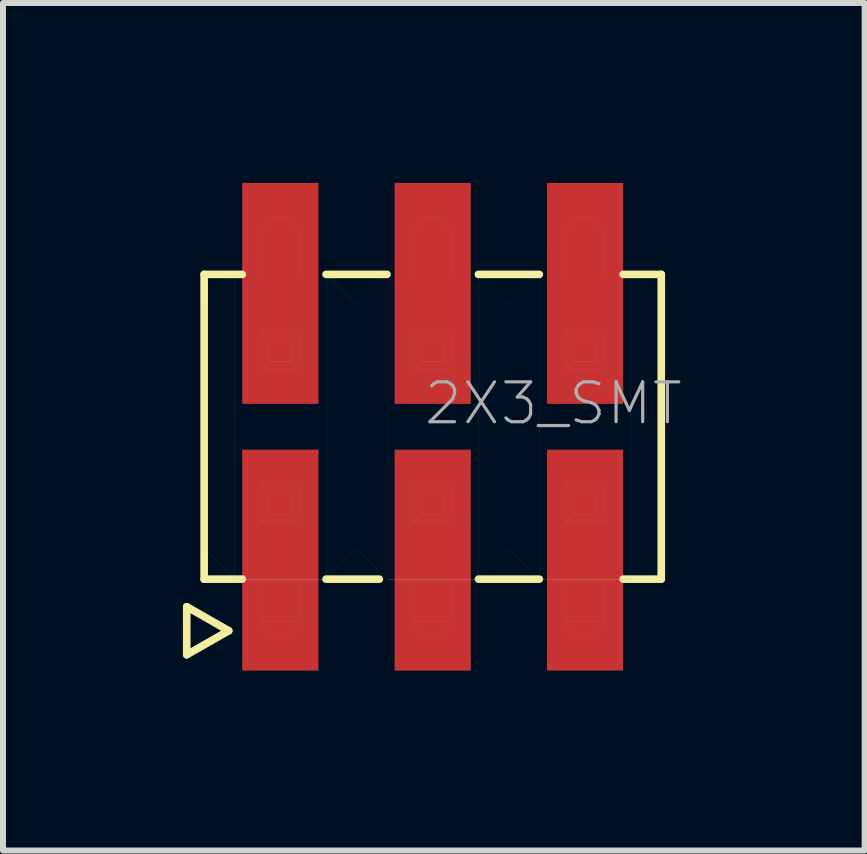
<source format=kicad_pcb>
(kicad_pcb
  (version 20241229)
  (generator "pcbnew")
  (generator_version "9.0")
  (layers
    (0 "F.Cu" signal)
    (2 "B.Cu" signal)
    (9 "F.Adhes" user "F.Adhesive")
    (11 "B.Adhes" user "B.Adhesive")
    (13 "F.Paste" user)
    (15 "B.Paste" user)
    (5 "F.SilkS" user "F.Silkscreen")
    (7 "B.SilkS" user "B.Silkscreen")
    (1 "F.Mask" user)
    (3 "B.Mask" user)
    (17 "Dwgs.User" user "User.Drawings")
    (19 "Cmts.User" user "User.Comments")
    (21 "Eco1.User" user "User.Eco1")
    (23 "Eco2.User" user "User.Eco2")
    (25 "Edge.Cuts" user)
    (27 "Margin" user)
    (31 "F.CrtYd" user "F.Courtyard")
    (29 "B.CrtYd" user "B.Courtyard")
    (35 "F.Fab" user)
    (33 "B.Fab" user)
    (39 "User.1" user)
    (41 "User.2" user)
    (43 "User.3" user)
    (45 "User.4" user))
  (footprint "2X3_SMT"
    (layer "F.Cu")
    (at 4.163 4.064)
    (property "Reference" "2X3_SMT" (at 4.2 0 180) (layer "F.Fab") (effects (font (size 0.665 0.665) (thickness 0.053)) (justify right bottom)))
    (attr through_hole)
    (fp_line (start -4.1 3) (end -4.1 3.8) (stroke (width 0.127) (type solid)) (layer "F.SilkS"))
    (fp_line (start -4.1 3.8) (end -3.4 3.4) (stroke (width 0.127) (type solid)) (layer "F.SilkS"))
    (fp_line (start -3.81 -2.54) (end -3.81 2.54) (stroke (width 0.127) (type solid)) (layer "F.SilkS"))
    (fp_line (start -3.81 2.54) (end -3.175 2.54) (stroke (width 0.127) (type solid)) (layer "F.SilkS"))
    (fp_line (start -3.4 3.4) (end -4.1 3) (stroke (width 0.127) (type solid)) (layer "F.SilkS"))
    (fp_line (start -3.175 -2.54) (end -3.81 -2.54) (stroke (width 0.127) (type solid)) (layer "F.SilkS"))
    (fp_line (start -1.778 -2.54) (end -0.762 -2.54) (stroke (width 0.127) (type solid)) (layer "F.SilkS"))
    (fp_line (start -1.778 2.54) (end -0.889 2.54) (stroke (width 0.127) (type solid)) (layer "F.SilkS"))
    (fp_line (start 0.762 -2.54) (end 1.778 -2.54) (stroke (width 0.127) (type solid)) (layer "F.SilkS"))
    (fp_line (start 0.762 2.54) (end 1.778 2.54) (stroke (width 0.127) (type solid)) (layer "F.SilkS"))
    (fp_line (start 3.175 -2.54) (end 3.81 -2.54) (stroke (width 0.127) (type solid)) (layer "F.SilkS"))
    (fp_line (start 3.81 -2.54) (end 3.81 2.54) (stroke (width 0.127) (type solid)) (layer "F.SilkS"))
    (fp_line (start 3.81 2.54) (end 3.175 2.54) (stroke (width 0.127) (type solid)) (layer "F.SilkS"))
    (fp_line (start -3.809 -2.033) (end -3.301 -2.541) (stroke (width 0.001) (type solid)) (layer "F.Fab"))
    (fp_line (start -3.809 2.031) (end -3.809 -2.033) (stroke (width 0.001) (type solid)) (layer "F.Fab"))
    (fp_line (start -3.301 -2.541) (end -1.777 -2.541) (stroke (width 0.001) (type solid)) (layer "F.Fab"))
    (fp_line (start -3.301 -2.541) (end -1.777 -2.541) (stroke (width 0.001) (type solid)) (layer "F.Fab"))
    (fp_line (start -3.301 2.539) (end -3.809 2.031) (stroke (width 0.001) (type solid)) (layer "F.Fab"))
    (fp_line (start -3.301 2.539) (end -3.301 -2.541) (stroke (width 0.001) (type solid)) (layer "F.Fab"))
    (fp_line (start -3.301 2.539) (end -1.777 2.539) (stroke (width 0.001) (type solid)) (layer "F.Fab"))
    (fp_line (start -3.301 2.539) (end -1.777 2.539) (stroke (width 0.001) (type solid)) (layer "F.Fab"))
    (fp_line (start -2.857 -3.24) (end -2.857 -2.541) (stroke (width 0.001) (type solid)) (layer "F.Fab"))
    (fp_line (start -2.857 -3.24) (end -2.73 -3.493) (stroke (width 0.001) (type solid)) (layer "F.Fab"))
    (fp_line (start -2.857 -3.24) (end -2.221 -3.24) (stroke (width 0.001) (type solid)) (layer "F.Fab"))
    (fp_line (start -2.857 -0.953) (end -2.857 -1.589) (stroke (width 0.001) (type solid)) (layer "F.Fab"))
    (fp_line (start -2.857 -0.953) (end -2.73 -1.081) (stroke (width 0.001) (type solid)) (layer "F.Fab"))
    (fp_line (start -2.857 0.951) (end -2.857 1.587) (stroke (width 0.001) (type solid)) (layer "F.Fab"))
    (fp_line (start -2.857 0.951) (end -2.73 1.079) (stroke (width 0.001) (type solid)) (layer "F.Fab"))
    (fp_line (start -2.857 1.587) (end -2.73 1.46) (stroke (width 0.001) (type solid)) (layer "F.Fab"))
    (fp_line (start -2.857 1.587) (end -2.73 1.46) (stroke (width 0.001) (type solid)) (layer "F.Fab"))
    (fp_line (start -2.857 2.539) (end -2.857 3.238) (stroke (width 0.001) (type solid)) (layer "F.Fab"))
    (fp_line (start -2.857 3.238) (end -2.221 3.238) (stroke (width 0.001) (type solid)) (layer "F.Fab"))
    (fp_line (start -2.73 -3.493) (end -2.349 -3.493) (stroke (width 0.001) (type solid)) (layer "F.Fab"))
    (fp_line (start -2.73 -1.462) (end -2.857 -1.589) (stroke (width 0.001) (type solid)) (layer "F.Fab"))
    (fp_line (start -2.73 -1.462) (end -2.349 -1.462) (stroke (width 0.001) (type solid)) (layer "F.Fab"))
    (fp_line (start -2.73 -1.081) (end -2.73 -1.462) (stroke (width 0.001) (type solid)) (layer "F.Fab"))
    (fp_line (start -2.73 -1.081) (end -2.349 -1.081) (stroke (width 0.001) (type solid)) (layer "F.Fab"))
    (fp_line (start -2.73 -1.081) (end -2.349 -1.081) (stroke (width 0.001) (type solid)) (layer "F.Fab"))
    (fp_line (start -2.73 1.079) (end -2.349 1.079) (stroke (width 0.001) (type solid)) (layer "F.Fab"))
    (fp_line (start -2.73 1.46) (end -2.73 1.079) (stroke (width 0.001) (type solid)) (layer "F.Fab"))
    (fp_line (start -2.73 1.46) (end -2.349 1.46) (stroke (width 0.001) (type solid)) (layer "F.Fab"))
    (fp_line (start -2.73 3.491) (end -2.857 3.238) (stroke (width 0.001) (type solid)) (layer "F.Fab"))
    (fp_line (start -2.73 3.491) (end -2.349 3.491) (stroke (width 0.001) (type solid)) (layer "F.Fab"))
    (fp_line (start -2.349 -1.462) (end -2.349 -1.081) (stroke (width 0.001) (type solid)) (layer "F.Fab"))
    (fp_line (start -2.349 -1.081) (end -2.221 -0.953) (stroke (width 0.001) (type solid)) (layer "F.Fab"))
    (fp_line (start -2.349 1.079) (end -2.349 1.46) (stroke (width 0.001) (type solid)) (layer "F.Fab"))
    (fp_line (start -2.221 -3.24) (end -2.349 -3.493) (stroke (width 0.001) (type solid)) (layer "F.Fab"))
    (fp_line (start -2.221 -2.541) (end -2.221 -3.24) (stroke (width 0.001) (type solid)) (layer "F.Fab"))
    (fp_line (start -2.221 -1.589) (end -2.857 -1.589) (stroke (width 0.001) (type solid)) (layer "F.Fab"))
    (fp_line (start -2.221 -1.589) (end -2.349 -1.462) (stroke (width 0.001) (type solid)) (layer "F.Fab"))
    (fp_line (start -2.221 -0.953) (end -2.857 -0.953) (stroke (width 0.001) (type solid)) (layer "F.Fab"))
    (fp_line (start -2.221 -0.953) (end -2.221 -1.589) (stroke (width 0.001) (type solid)) (layer "F.Fab"))
    (fp_line (start -2.221 0.951) (end -2.857 0.951) (stroke (width 0.001) (type solid)) (layer "F.Fab"))
    (fp_line (start -2.221 0.951) (end -2.349 1.079) (stroke (width 0.001) (type solid)) (layer "F.Fab"))
    (fp_line (start -2.221 0.951) (end -2.221 1.587) (stroke (width 0.001) (type solid)) (layer "F.Fab"))
    (fp_line (start -2.221 1.587) (end -2.857 1.587) (stroke (width 0.001) (type solid)) (layer "F.Fab"))
    (fp_line (start -2.221 1.587) (end -2.349 1.46) (stroke (width 0.001) (type solid)) (layer "F.Fab"))
    (fp_line (start -2.221 3.238) (end -2.349 3.491) (stroke (width 0.001) (type solid)) (layer "F.Fab"))
    (fp_line (start -2.221 3.238) (end -2.221 2.539) (stroke (width 0.001) (type solid)) (layer "F.Fab"))
    (fp_line (start -1.777 -2.541) (end -3.301 -2.541) (stroke (width 0.001) (type solid)) (layer "F.Fab"))
    (fp_line (start -1.777 -2.541) (end -3.301 -2.541) (stroke (width 0.001) (type solid)) (layer "F.Fab"))
    (fp_line (start -1.777 -2.541) (end -1.269 -2.033) (stroke (width 0.001) (type solid)) (layer "F.Fab"))
    (fp_line (start -1.777 2.539) (end -3.301 2.539) (stroke (width 0.001) (type solid)) (layer "F.Fab"))
    (fp_line (start -1.777 2.539) (end -3.301 2.539) (stroke (width 0.001) (type solid)) (layer "F.Fab"))
    (fp_line (start -1.777 2.539) (end -1.777 -2.541) (stroke (width 0.001) (type solid)) (layer "F.Fab"))
    (fp_line (start -1.269 -2.033) (end -0.761 -2.541) (stroke (width 0.001) (type solid)) (layer "F.Fab"))
    (fp_line (start -1.269 2.031) (end -1.777 2.539) (stroke (width 0.001) (type solid)) (layer "F.Fab"))
    (fp_line (start -0.761 -2.541) (end 0.763 -2.541) (stroke (width 0.001) (type solid)) (layer "F.Fab"))
    (fp_line (start -0.761 -2.541) (end 0.763 -2.541) (stroke (width 0.001) (type solid)) (layer "F.Fab"))
    (fp_line (start -0.761 2.539) (end -1.269 2.031) (stroke (width 0.001) (type solid)) (layer "F.Fab"))
    (fp_line (start -0.761 2.539) (end -0.761 -2.541) (stroke (width 0.001) (type solid)) (layer "F.Fab"))
    (fp_line (start -0.761 2.539) (end 0.763 2.539) (stroke (width 0.001) (type solid)) (layer "F.Fab"))
    (fp_line (start -0.761 2.539) (end 0.763 2.539) (stroke (width 0.001) (type solid)) (layer "F.Fab"))
    (fp_line (start -0.317 -3.24) (end -0.317 -2.541) (stroke (width 0.001) (type solid)) (layer "F.Fab"))
    (fp_line (start -0.317 -3.24) (end -0.19 -3.493) (stroke (width 0.001) (type solid)) (layer "F.Fab"))
    (fp_line (start -0.317 -3.24) (end 0.319 -3.24) (stroke (width 0.001) (type solid)) (layer "F.Fab"))
    (fp_line (start -0.317 -0.953) (end -0.317 -1.589) (stroke (width 0.001) (type solid)) (layer "F.Fab"))
    (fp_line (start -0.317 -0.953) (end -0.19 -1.081) (stroke (width 0.001) (type solid)) (layer "F.Fab"))
    (fp_line (start -0.317 0.951) (end -0.317 1.587) (stroke (width 0.001) (type solid)) (layer "F.Fab"))
    (fp_line (start -0.317 0.951) (end -0.19 1.079) (stroke (width 0.001) (type solid)) (layer "F.Fab"))
    (fp_line (start -0.317 1.587) (end -0.19 1.46) (stroke (width 0.001) (type solid)) (layer "F.Fab"))
    (fp_line (start -0.317 1.587) (end -0.19 1.46) (stroke (width 0.001) (type solid)) (layer "F.Fab"))
    (fp_line (start -0.317 2.539) (end -0.317 3.238) (stroke (width 0.001) (type solid)) (layer "F.Fab"))
    (fp_line (start -0.317 3.238) (end 0.319 3.238) (stroke (width 0.001) (type solid)) (layer "F.Fab"))
    (fp_line (start -0.19 -3.493) (end 0.191 -3.493) (stroke (width 0.001) (type solid)) (layer "F.Fab"))
    (fp_line (start -0.19 -1.462) (end -0.317 -1.589) (stroke (width 0.001) (type solid)) (layer "F.Fab"))
    (fp_line (start -0.19 -1.462) (end 0.191 -1.462) (stroke (width 0.001) (type solid)) (layer "F.Fab"))
    (fp_line (start -0.19 -1.081) (end -0.19 -1.462) (stroke (width 0.001) (type solid)) (layer "F.Fab"))
    (fp_line (start -0.19 -1.081) (end 0.191 -1.081) (stroke (width 0.001) (type solid)) (layer "F.Fab"))
    (fp_line (start -0.19 -1.081) (end 0.191 -1.081) (stroke (width 0.001) (type solid)) (layer "F.Fab"))
    (fp_line (start -0.19 1.079) (end 0.191 1.079) (stroke (width 0.001) (type solid)) (layer "F.Fab"))
    (fp_line (start -0.19 1.46) (end -0.19 1.079) (stroke (width 0.001) (type solid)) (layer "F.Fab"))
    (fp_line (start -0.19 1.46) (end 0.191 1.46) (stroke (width 0.001) (type solid)) (layer "F.Fab"))
    (fp_line (start -0.19 3.491) (end -0.317 3.238) (stroke (width 0.001) (type solid)) (layer "F.Fab"))
    (fp_line (start -0.19 3.491) (end 0.191 3.491) (stroke (width 0.001) (type solid)) (layer "F.Fab"))
    (fp_line (start 0.191 -1.462) (end 0.191 -1.081) (stroke (width 0.001) (type solid)) (layer "F.Fab"))
    (fp_line (start 0.191 -1.081) (end 0.319 -0.953) (stroke (width 0.001) (type solid)) (layer "F.Fab"))
    (fp_line (start 0.191 1.079) (end 0.191 1.46) (stroke (width 0.001) (type solid)) (layer "F.Fab"))
    (fp_line (start 0.319 -3.24) (end 0.191 -3.493) (stroke (width 0.001) (type solid)) (layer "F.Fab"))
    (fp_line (start 0.319 -2.541) (end 0.319 -3.24) (stroke (width 0.001) (type solid)) (layer "F.Fab"))
    (fp_line (start 0.319 -1.589) (end -0.317 -1.589) (stroke (width 0.001) (type solid)) (layer "F.Fab"))
    (fp_line (start 0.319 -1.589) (end 0.191 -1.462) (stroke (width 0.001) (type solid)) (layer "F.Fab"))
    (fp_line (start 0.319 -0.953) (end -0.317 -0.953) (stroke (width 0.001) (type solid)) (layer "F.Fab"))
    (fp_line (start 0.319 -0.953) (end 0.319 -1.589) (stroke (width 0.001) (type solid)) (layer "F.Fab"))
    (fp_line (start 0.319 0.951) (end -0.317 0.951) (stroke (width 0.001) (type solid)) (layer "F.Fab"))
    (fp_line (start 0.319 0.951) (end 0.191 1.079) (stroke (width 0.001) (type solid)) (layer "F.Fab"))
    (fp_line (start 0.319 0.951) (end 0.319 1.587) (stroke (width 0.001) (type solid)) (layer "F.Fab"))
    (fp_line (start 0.319 1.587) (end -0.317 1.587) (stroke (width 0.001) (type solid)) (layer "F.Fab"))
    (fp_line (start 0.319 1.587) (end 0.191 1.46) (stroke (width 0.001) (type solid)) (layer "F.Fab"))
    (fp_line (start 0.319 3.238) (end 0.191 3.491) (stroke (width 0.001) (type solid)) (layer "F.Fab"))
    (fp_line (start 0.319 3.238) (end 0.319 2.539) (stroke (width 0.001) (type solid)) (layer "F.Fab"))
    (fp_line (start 0.763 -2.541) (end -0.761 -2.541) (stroke (width 0.001) (type solid)) (layer "F.Fab"))
    (fp_line (start 0.763 -2.541) (end -0.761 -2.541) (stroke (width 0.001) (type solid)) (layer "F.Fab"))
    (fp_line (start 0.763 -2.541) (end 1.271 -2.033) (stroke (width 0.001) (type solid)) (layer "F.Fab"))
    (fp_line (start 0.763 2.539) (end -0.761 2.539) (stroke (width 0.001) (type solid)) (layer "F.Fab"))
    (fp_line (start 0.763 2.539) (end -0.761 2.539) (stroke (width 0.001) (type solid)) (layer "F.Fab"))
    (fp_line (start 0.763 2.539) (end 0.763 -2.541) (stroke (width 0.001) (type solid)) (layer "F.Fab"))
    (fp_line (start 1.271 -2.033) (end 1.779 -2.541) (stroke (width 0.001) (type solid)) (layer "F.Fab"))
    (fp_line (start 1.271 2.031) (end 0.763 2.539) (stroke (width 0.001) (type solid)) (layer "F.Fab"))
    (fp_line (start 1.779 -2.541) (end 3.303 -2.541) (stroke (width 0.001) (type solid)) (layer "F.Fab"))
    (fp_line (start 1.779 -2.541) (end 3.303 -2.541) (stroke (width 0.001) (type solid)) (layer "F.Fab"))
    (fp_line (start 1.779 2.539) (end 1.271 2.031) (stroke (width 0.001) (type solid)) (layer "F.Fab"))
    (fp_line (start 1.779 2.539) (end 1.779 -2.541) (stroke (width 0.001) (type solid)) (layer "F.Fab"))
    (fp_line (start 1.779 2.539) (end 3.303 2.539) (stroke (width 0.001) (type solid)) (layer "F.Fab"))
    (fp_line (start 1.779 2.539) (end 3.303 2.539) (stroke (width 0.001) (type solid)) (layer "F.Fab"))
    (fp_line (start 2.223 -3.24) (end 2.223 -2.541) (stroke (width 0.001) (type solid)) (layer "F.Fab"))
    (fp_line (start 2.223 -3.24) (end 2.35 -3.493) (stroke (width 0.001) (type solid)) (layer "F.Fab"))
    (fp_line (start 2.223 -3.24) (end 2.859 -3.24) (stroke (width 0.001) (type solid)) (layer "F.Fab"))
    (fp_line (start 2.223 -0.953) (end 2.223 -1.589) (stroke (width 0.001) (type solid)) (layer "F.Fab"))
    (fp_line (start 2.223 -0.953) (end 2.35 -1.081) (stroke (width 0.001) (type solid)) (layer "F.Fab"))
    (fp_line (start 2.223 0.951) (end 2.223 1.587) (stroke (width 0.001) (type solid)) (layer "F.Fab"))
    (fp_line (start 2.223 0.951) (end 2.35 1.079) (stroke (width 0.001) (type solid)) (layer "F.Fab"))
    (fp_line (start 2.223 1.587) (end 2.35 1.46) (stroke (width 0.001) (type solid)) (layer "F.Fab"))
    (fp_line (start 2.223 1.587) (end 2.35 1.46) (stroke (width 0.001) (type solid)) (layer "F.Fab"))
    (fp_line (start 2.223 2.539) (end 2.223 3.238) (stroke (width 0.001) (type solid)) (layer "F.Fab"))
    (fp_line (start 2.223 3.238) (end 2.859 3.238) (stroke (width 0.001) (type solid)) (layer "F.Fab"))
    (fp_line (start 2.35 -3.493) (end 2.731 -3.493) (stroke (width 0.001) (type solid)) (layer "F.Fab"))
    (fp_line (start 2.35 -1.462) (end 2.223 -1.589) (stroke (width 0.001) (type solid)) (layer "F.Fab"))
    (fp_line (start 2.35 -1.462) (end 2.731 -1.462) (stroke (width 0.001) (type solid)) (layer "F.Fab"))
    (fp_line (start 2.35 -1.081) (end 2.35 -1.462) (stroke (width 0.001) (type solid)) (layer "F.Fab"))
    (fp_line (start 2.35 -1.081) (end 2.731 -1.081) (stroke (width 0.001) (type solid)) (layer "F.Fab"))
    (fp_line (start 2.35 -1.081) (end 2.731 -1.081) (stroke (width 0.001) (type solid)) (layer "F.Fab"))
    (fp_line (start 2.35 1.079) (end 2.731 1.079) (stroke (width 0.001) (type solid)) (layer "F.Fab"))
    (fp_line (start 2.35 1.46) (end 2.35 1.079) (stroke (width 0.001) (type solid)) (layer "F.Fab"))
    (fp_line (start 2.35 1.46) (end 2.731 1.46) (stroke (width 0.001) (type solid)) (layer "F.Fab"))
    (fp_line (start 2.35 3.491) (end 2.223 3.238) (stroke (width 0.001) (type solid)) (layer "F.Fab"))
    (fp_line (start 2.35 3.491) (end 2.731 3.491) (stroke (width 0.001) (type solid)) (layer "F.Fab"))
    (fp_line (start 2.731 -1.462) (end 2.731 -1.081) (stroke (width 0.001) (type solid)) (layer "F.Fab"))
    (fp_line (start 2.731 -1.081) (end 2.859 -0.953) (stroke (width 0.001) (type solid)) (layer "F.Fab"))
    (fp_line (start 2.731 1.079) (end 2.731 1.46) (stroke (width 0.001) (type solid)) (layer "F.Fab"))
    (fp_line (start 2.859 -3.24) (end 2.731 -3.493) (stroke (width 0.001) (type solid)) (layer "F.Fab"))
    (fp_line (start 2.859 -2.541) (end 2.859 -3.24) (stroke (width 0.001) (type solid)) (layer "F.Fab"))
    (fp_line (start 2.859 -1.589) (end 2.223 -1.589) (stroke (width 0.001) (type solid)) (layer "F.Fab"))
    (fp_line (start 2.859 -1.589) (end 2.731 -1.462) (stroke (width 0.001) (type solid)) (layer "F.Fab"))
    (fp_line (start 2.859 -0.953) (end 2.223 -0.953) (stroke (width 0.001) (type solid)) (layer "F.Fab"))
    (fp_line (start 2.859 -0.953) (end 2.859 -1.589) (stroke (width 0.001) (type solid)) (layer "F.Fab"))
    (fp_line (start 2.859 0.951) (end 2.223 0.951) (stroke (width 0.001) (type solid)) (layer "F.Fab"))
    (fp_line (start 2.859 0.951) (end 2.731 1.079) (stroke (width 0.001) (type solid)) (layer "F.Fab"))
    (fp_line (start 2.859 0.951) (end 2.859 1.587) (stroke (width 0.001) (type solid)) (layer "F.Fab"))
    (fp_line (start 2.859 1.587) (end 2.223 1.587) (stroke (width 0.001) (type solid)) (layer "F.Fab"))
    (fp_line (start 2.859 1.587) (end 2.731 1.46) (stroke (width 0.001) (type solid)) (layer "F.Fab"))
    (fp_line (start 2.859 3.238) (end 2.731 3.491) (stroke (width 0.001) (type solid)) (layer "F.Fab"))
    (fp_line (start 2.859 3.238) (end 2.859 2.539) (stroke (width 0.001) (type solid)) (layer "F.Fab"))
    (fp_line (start 3.303 -2.541) (end 1.779 -2.541) (stroke (width 0.001) (type solid)) (layer "F.Fab"))
    (fp_line (start 3.303 -2.541) (end 1.779 -2.541) (stroke (width 0.001) (type solid)) (layer "F.Fab"))
    (fp_line (start 3.303 -2.541) (end 3.811 -2.033) (stroke (width 0.001) (type solid)) (layer "F.Fab"))
    (fp_line (start 3.303 2.539) (end 1.779 2.539) (stroke (width 0.001) (type solid)) (layer "F.Fab"))
    (fp_line (start 3.303 2.539) (end 1.779 2.539) (stroke (width 0.001) (type solid)) (layer "F.Fab"))
    (fp_line (start 3.303 2.539) (end 3.303 -2.541) (stroke (width 0.001) (type solid)) (layer "F.Fab"))
    (fp_line (start 3.811 -2.033) (end 3.811 2.031) (stroke (width 0.001) (type solid)) (layer "F.Fab"))
    (fp_line (start 3.811 2.031) (end 3.303 2.539) (stroke (width 0.001) (type solid)) (layer "F.Fab"))
    (pad "1" smd rect (at -2.54 2.223) (size 1.27 3.683) (layers "F.Cu" "F.Mask" "F.Paste"))
    (pad "2" smd rect (at -2.54 -2.223) (size 1.27 3.683) (layers "F.Cu" "F.Mask" "F.Paste"))
    (pad "3" smd rect (at 0 2.223) (size 1.27 3.683) (layers "F.Cu" "F.Mask" "F.Paste"))
    (pad "4" smd rect (at 0 -2.223) (size 1.27 3.683) (layers "F.Cu" "F.Mask" "F.Paste"))
    (pad "5" smd rect (at 2.54 2.223) (size 1.27 3.683) (layers "F.Cu" "F.Mask" "F.Paste"))
    (pad "6" smd rect (at 2.54 -2.223) (size 1.27 3.683) (layers "F.Cu" "F.Mask" "F.Paste")))
  (gr_rect
    (start -3 -3)
    (end 11.364 11.128)
    (stroke (width 0.1) (type default))
    (fill no)
    (layer "Edge.Cuts")))
</source>
